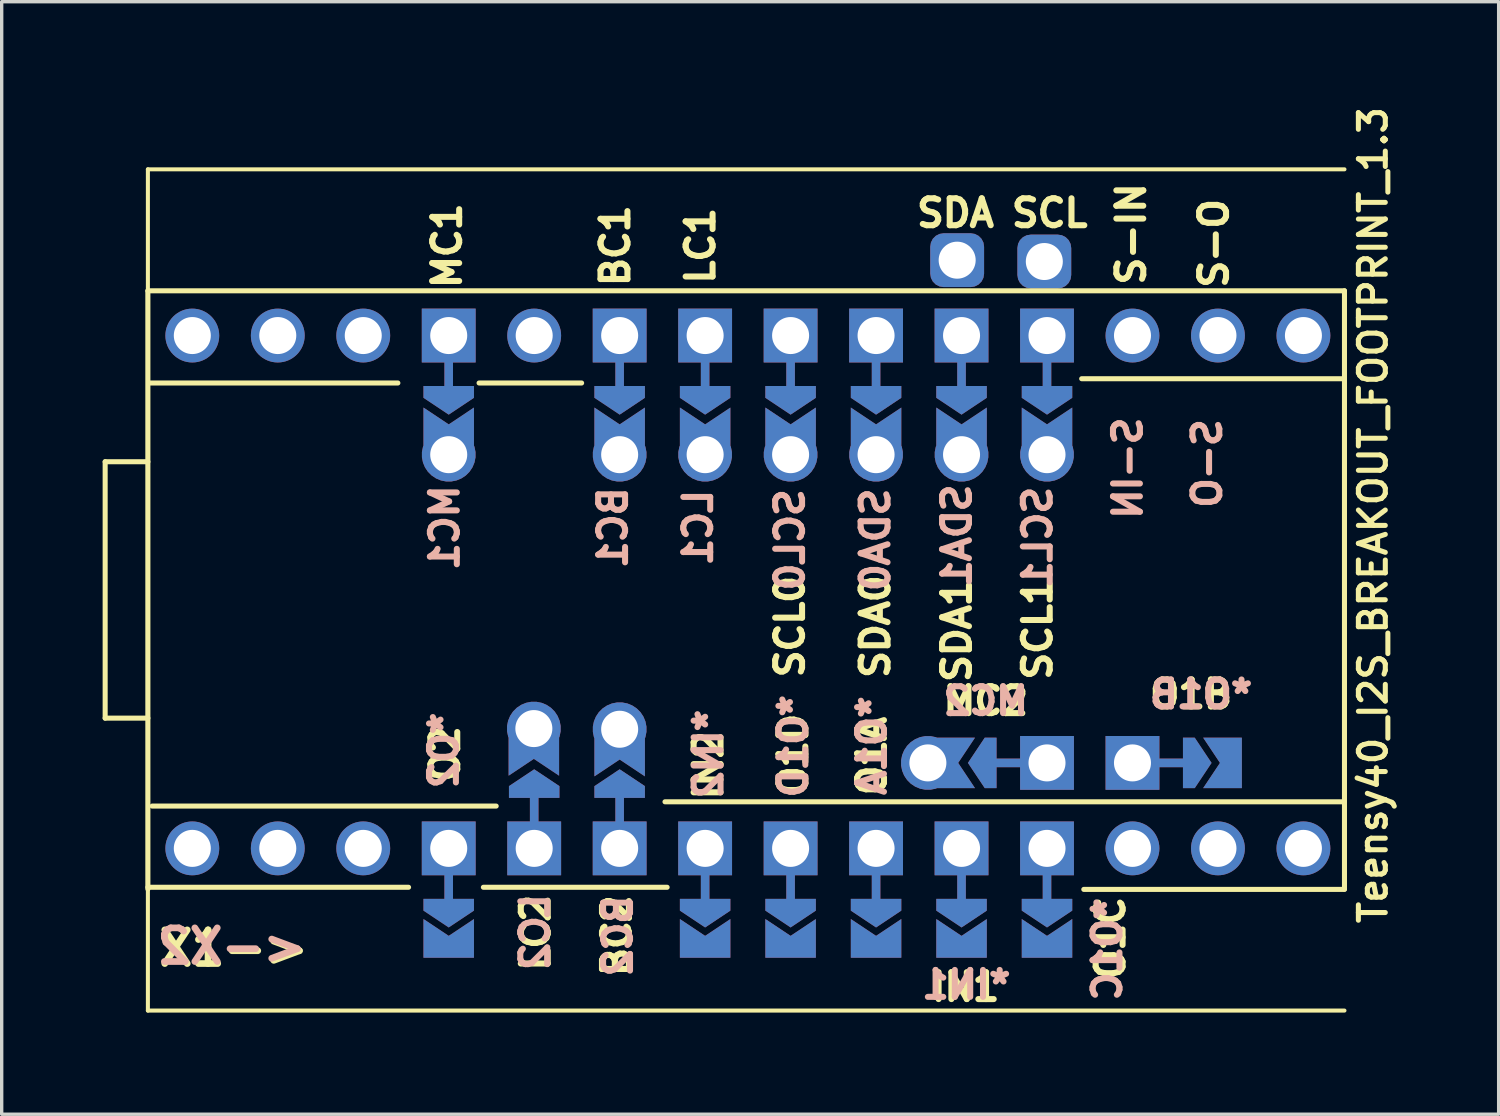
<source format=kicad_pcb>
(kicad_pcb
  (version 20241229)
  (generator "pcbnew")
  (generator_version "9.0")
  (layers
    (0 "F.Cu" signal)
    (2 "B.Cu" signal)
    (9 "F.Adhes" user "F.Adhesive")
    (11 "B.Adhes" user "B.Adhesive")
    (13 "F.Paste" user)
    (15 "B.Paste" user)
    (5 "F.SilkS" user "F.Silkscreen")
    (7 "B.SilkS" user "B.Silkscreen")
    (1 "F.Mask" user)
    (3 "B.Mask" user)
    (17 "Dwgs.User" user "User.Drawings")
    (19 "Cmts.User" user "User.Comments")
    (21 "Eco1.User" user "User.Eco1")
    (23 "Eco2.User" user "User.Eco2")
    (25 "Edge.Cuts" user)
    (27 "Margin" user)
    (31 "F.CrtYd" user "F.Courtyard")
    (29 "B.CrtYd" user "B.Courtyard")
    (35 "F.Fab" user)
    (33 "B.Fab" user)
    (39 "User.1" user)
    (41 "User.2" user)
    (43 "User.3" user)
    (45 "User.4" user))
  (footprint "Teensy40_I2S_BREAKOUT_FOOTPRINT_1.3"
    (layer "F.Cu")
    (at 1.345 1.982)
    (property "Reference" "Teensy40_I2S_BREAKOUT_FOOTPRINT_1.3" (at 36.411 10.277 270) (layer "F.SilkS") (effects (font (size 0.8 0.8) (thickness 0.15))))
    (attr through_hole)
    (fp_poly (pts (xy 8.255 6.54) (xy 9.652 6.604) (xy 9.652 7.62) (xy 8.255 7.556)) (stroke (width 0.1) (type solid)) (fill yes) (layer "F.Mask"))
    (fp_poly (pts (xy 9.629 23.33) (xy 8.232 23.33) (xy 8.232 21.86) (xy 9.629 21.86)) (stroke (width 0.1) (type solid)) (fill yes) (layer "F.Mask"))
    (fp_poly (pts (xy 10.763 17.13) (xy 12.16 17.193) (xy 12.16 18.59) (xy 10.763 18.526)) (stroke (width 0.1) (type solid)) (fill yes) (layer "F.Mask"))
    (fp_poly (pts (xy 13.323 6.506) (xy 14.72 6.57) (xy 14.72 7.967) (xy 13.323 7.904)) (stroke (width 0.1) (type solid)) (fill yes) (layer "F.Mask"))
    (fp_poly (pts (xy 13.323 17.189) (xy 14.72 17.253) (xy 14.72 18.65) (xy 13.323 18.587)) (stroke (width 0.1) (type solid)) (fill yes) (layer "F.Mask"))
    (fp_poly (pts (xy 15.87 6.53) (xy 17.267 6.593) (xy 17.267 7.99) (xy 15.87 7.927)) (stroke (width 0.1) (type solid)) (fill yes) (layer "F.Mask"))
    (fp_poly (pts (xy 17.268 23.35) (xy 15.871 23.35) (xy 15.882 21.76) (xy 17.279 21.76)) (stroke (width 0.1) (type solid)) (fill yes) (layer "F.Mask"))
    (fp_poly (pts (xy 18.403 6.516) (xy 19.8 6.58) (xy 19.8 7.977) (xy 18.403 7.913)) (stroke (width 0.1) (type solid)) (fill yes) (layer "F.Mask"))
    (fp_poly (pts (xy 19.819 23.32) (xy 18.422 23.32) (xy 18.422 21.75) (xy 19.819 21.75)) (stroke (width 0.1) (type solid)) (fill yes) (layer "F.Mask"))
    (fp_poly (pts (xy 20.933 6.506) (xy 22.33 6.57) (xy 22.33 7.967) (xy 20.933 7.904)) (stroke (width 0.1) (type solid)) (fill yes) (layer "F.Mask"))
    (fp_poly (pts (xy 22.338 23.34) (xy 20.942 23.34) (xy 20.962 21.76) (xy 22.358 21.76)) (stroke (width 0.1) (type solid)) (fill yes) (layer "F.Mask"))
    (fp_poly (pts (xy 23.48 6.5) (xy 24.877 6.564) (xy 24.877 7.96) (xy 23.48 7.897)) (stroke (width 0.1) (type solid)) (fill yes) (layer "F.Mask"))
    (fp_poly (pts (xy 24.869 23.37) (xy 23.471 23.37) (xy 23.491 21.73) (xy 24.889 21.73)) (stroke (width 0.1) (type solid)) (fill yes) (layer "F.Mask"))
    (fp_poly (pts (xy 25.2 16.95) (xy 25.137 18.347) (xy 23.739 18.347) (xy 23.803 16.95)) (stroke (width 0.1) (type solid)) (fill yes) (layer "F.Mask"))
    (fp_poly (pts (xy 26.02 6.5) (xy 27.417 6.564) (xy 27.417 7.96) (xy 26.02 7.897)) (stroke (width 0.1) (type solid)) (fill yes) (layer "F.Mask"))
    (fp_poly (pts (xy 27.396 23.332) (xy 25.999 23.332) (xy 25.999 21.76) (xy 27.396 21.76)) (stroke (width 0.1) (type solid)) (fill yes) (layer "F.Mask"))
    (fp_poly (pts (xy 32.31 16.963) (xy 32.247 18.36) (xy 30.85 18.36) (xy 30.913 16.963)) (stroke (width 0.1) (type solid)) (fill yes) (layer "F.Mask"))
    (fp_poly (pts (xy 8.319 6.54) (xy 9.652 6.54) (xy 9.652 7.62) (xy 8.255 7.556)) (stroke (width 0.1) (type solid)) (fill yes) (layer "B.Mask"))
    (fp_poly (pts (xy 9.629 23.32) (xy 8.232 23.32) (xy 8.222 21.74) (xy 9.618 21.74)) (stroke (width 0.1) (type solid)) (fill yes) (layer "B.Mask"))
    (fp_poly (pts (xy 10.803 17.14) (xy 12.2 17.203) (xy 12.2 18.6) (xy 10.803 18.537)) (stroke (width 0.1) (type solid)) (fill yes) (layer "B.Mask"))
    (fp_poly (pts (xy 13.32 6.49) (xy 14.717 6.553) (xy 14.717 7.95) (xy 13.32 7.887)) (stroke (width 0.1) (type solid)) (fill yes) (layer "B.Mask"))
    (fp_poly (pts (xy 13.333 17.14) (xy 14.73 17.203) (xy 14.73 18.6) (xy 13.333 18.537)) (stroke (width 0.1) (type solid)) (fill yes) (layer "B.Mask"))
    (fp_poly (pts (xy 15.87 6.49) (xy 17.267 6.553) (xy 17.267 7.95) (xy 15.87 7.887)) (stroke (width 0.1) (type solid)) (fill yes) (layer "B.Mask"))
    (fp_poly (pts (xy 17.259 23.37) (xy 15.861 23.37) (xy 15.871 21.75) (xy 17.268 21.75)) (stroke (width 0.1) (type solid)) (fill yes) (layer "B.Mask"))
    (fp_poly (pts (xy 18.403 6.476) (xy 19.8 6.54) (xy 19.8 7.937) (xy 18.403 7.873)) (stroke (width 0.1) (type solid)) (fill yes) (layer "B.Mask"))
    (fp_poly (pts (xy 19.799 23.33) (xy 18.401 23.33) (xy 18.381 21.73) (xy 19.779 21.73)) (stroke (width 0.1) (type solid)) (fill yes) (layer "B.Mask"))
    (fp_poly (pts (xy 20.953 6.506) (xy 22.35 6.57) (xy 22.35 7.967) (xy 20.953 7.904)) (stroke (width 0.1) (type solid)) (fill yes) (layer "B.Mask"))
    (fp_poly (pts (xy 22.338 23.34) (xy 20.942 23.34) (xy 20.962 21.74) (xy 22.358 21.74)) (stroke (width 0.1) (type solid)) (fill yes) (layer "B.Mask"))
    (fp_poly (pts (xy 23.49 6.48) (xy 24.887 6.543) (xy 24.887 7.941) (xy 23.49 7.877)) (stroke (width 0.1) (type solid)) (fill yes) (layer "B.Mask"))
    (fp_poly (pts (xy 24.869 23.35) (xy 23.471 23.35) (xy 23.491 21.73) (xy 24.889 21.73)) (stroke (width 0.1) (type solid)) (fill yes) (layer "B.Mask"))
    (fp_poly (pts (xy 25.14 16.95) (xy 25.076 18.347) (xy 23.68 18.347) (xy 23.743 16.95)) (stroke (width 0.1) (type solid)) (fill yes) (layer "B.Mask"))
    (fp_poly (pts (xy 26.01 6.5) (xy 27.407 6.564) (xy 27.407 7.96) (xy 26.01 7.897)) (stroke (width 0.1) (type solid)) (fill yes) (layer "B.Mask"))
    (fp_poly (pts (xy 27.419 23.32) (xy 26.021 23.32) (xy 26.021 21.74) (xy 27.419 21.74)) (stroke (width 0.1) (type solid)) (fill yes) (layer "B.Mask"))
    (fp_poly (pts (xy 32.367 16.94) (xy 32.303 18.337) (xy 30.907 18.337) (xy 30.97 16.94)) (stroke (width 0.1) (type solid)) (fill yes) (layer "B.Mask"))
    (fp_line (start -1.27 8.69) (end 0 8.69) (stroke (width 0.15) (type solid)) (layer "F.SilkS"))
    (fp_line (start -1.27 16.31) (end -1.27 8.69) (stroke (width 0.15) (type solid)) (layer "F.SilkS"))
    (fp_line (start 0 0) (end 0 25) (stroke (width 0.12) (type solid)) (layer "F.SilkS"))
    (fp_line (start 0 0) (end 35.56 0) (stroke (width 0.12) (type solid)) (layer "F.SilkS"))
    (fp_line (start 0 3.61) (end 0 21.39) (stroke (width 0.15) (type solid)) (layer "F.SilkS"))
    (fp_line (start 0 16.31) (end -1.27 16.31) (stroke (width 0.15) (type solid)) (layer "F.SilkS"))
    (fp_line (start 0 21.336) (end 7.747 21.336) (stroke (width 0.15) (type solid)) (layer "F.SilkS"))
    (fp_line (start 0 25) (end 35.56 25) (stroke (width 0.12) (type solid)) (layer "F.SilkS"))
    (fp_line (start 0.064 6.35) (end 7.429 6.35) (stroke (width 0.15) (type solid)) (layer "F.SilkS"))
    (fp_line (start 0.127 18.923) (end 10.351 18.923) (stroke (width 0.15) (type solid)) (layer "F.SilkS"))
    (fp_line (start 9.842 6.35) (end 12.89 6.35) (stroke (width 0.15) (type solid)) (layer "F.SilkS"))
    (fp_line (start 9.97 21.336) (end 15.431 21.336) (stroke (width 0.15) (type solid)) (layer "F.SilkS"))
    (fp_line (start 15.367 18.796) (end 35.56 18.796) (stroke (width 0.15) (type solid)) (layer "F.SilkS"))
    (fp_line (start 27.75 6.223) (end 35.56 6.223) (stroke (width 0.15) (type solid)) (layer "F.SilkS"))
    (fp_line (start 27.813 21.399) (end 35.56 21.399) (stroke (width 0.15) (type solid)) (layer "F.SilkS"))
    (fp_line (start 35.56 3.61) (end 0 3.61) (stroke (width 0.15) (type solid)) (layer "F.SilkS"))
    (fp_line (start 35.56 21.39) (end 35.56 3.61) (stroke (width 0.15) (type solid)) (layer "F.SilkS"))
    (fp_text user "IN1" (at 24.298 24.298 180) (layer "F.SilkS") (effects (font (size 0.8 0.8) (thickness 0.18))))
    (fp_text user "S-IN" (at 29.22 1.92 90) (layer "F.SilkS") (effects (font (size 0.8 0.8) (thickness 0.18))))
    (fp_text user "O2" (at 8.833 17.37 90) (layer "F.SilkS") (effects (font (size 0.8 0.8) (thickness 0.18))))
    (fp_text user "O1C" (at 28.605 22.84 90) (layer "F.SilkS") (effects (font (size 0.8 0.8) (thickness 0.18))))
    (fp_text user "X1->" (at 2.55 23.15 0) (layer "F.SilkS") (effects (font (size 1 1) (thickness 0.2))))
    (fp_text user "LC2" (at 11.521 22.687 90) (layer "F.SilkS") (effects (font (size 0.8 0.8) (thickness 0.18))))
    (fp_text user "IN2" (at 16.657 17.714 90) (layer "F.SilkS") (effects (font (size 0.8 0.8) (thickness 0.18))))
    (fp_text user "BC2" (at 13.934 22.774 90) (layer "F.SilkS") (effects (font (size 0.8 0.8) (thickness 0.18))))
    (fp_text user "LC1" (at 16.42 2.27 90) (layer "F.SilkS") (effects (font (size 0.8 0.8) (thickness 0.18))))
    (fp_text user "SCL0" (at 19.08 13.59 90) (layer "F.SilkS") (effects (font (size 0.8 0.8) (thickness 0.18))))
    (fp_text user "SDA1" (at 24.04 13.71 90) (layer "F.SilkS") (effects (font (size 0.8 0.8) (thickness 0.18))))
    (fp_text user "SCL1" (at 26.44 13.66 90) (layer "F.SilkS") (effects (font (size 0.8 0.8) (thickness 0.18))))
    (fp_text user "BC1" (at 13.89 2.27 90) (layer "F.SilkS") (effects (font (size 0.8 0.8) (thickness 0.18))))
    (fp_text user "S-O" (at 31.68 2.2 90) (layer "F.SilkS") (effects (font (size 0.8 0.8) (thickness 0.18))))
    (fp_text user "MC2" (at 24.9 15.8 0) (layer "F.SilkS") (effects (font (size 0.8 0.8) (thickness 0.18))))
    (fp_text user "SDA0" (at 21.62 13.59 90) (layer "F.SilkS") (effects (font (size 0.8 0.8) (thickness 0.18))))
    (fp_text user "O1B" (at 31 15.6 0) (layer "F.SilkS") (effects (font (size 0.8 0.8) (thickness 0.18))))
    (fp_text user "O1D" (at 19.177 17.399 90) (layer "F.SilkS") (effects (font (size 0.8 0.8) (thickness 0.18))))
    (fp_text user "MC1" (at 8.89 2.27 90) (layer "F.SilkS") (effects (font (size 0.8 0.8) (thickness 0.18))))
    (fp_text user "O1A" (at 21.514 17.435 90) (layer "F.SilkS") (effects (font (size 0.8 0.8) (thickness 0.18))))
    (fp_text user "SDA" (at 24 1.3 0) (layer "F.SilkS") (effects (font (size 0.8 0.8) (thickness 0.18))))
    (fp_text user "SCL" (at 26.8 1.3 0) (layer "F.SilkS") (effects (font (size 0.8 0.8) (thickness 0.18))))
    (fp_text user "<-X2" (at 2.49 23.09 0) (layer "B.SilkS") (effects (font (size 1 1) (thickness 0.2)) (justify mirror)))
    (fp_text user "MC2" (at 24.9 15.8 0) (unlocked yes) (layer "B.SilkS") (effects (font (size 0.8 0.8) (thickness 0.18)) (justify mirror)))
    (fp_text user "*O1C" (at 28.512 23.177 90) (layer "B.SilkS") (effects (font (size 0.8 0.8) (thickness 0.18)) (justify mirror)))
    (fp_text user "MC1" (at 8.82 10.65 90) (layer "B.SilkS") (effects (font (size 0.8 0.8) (thickness 0.18)) (justify mirror)))
    (fp_text user "BC1" (at 13.82 10.65 90) (layer "B.SilkS") (effects (font (size 0.8 0.8) (thickness 0.18)) (justify mirror)))
    (fp_text user "SCL0" (at 19.08 11.01 90) (layer "B.SilkS") (effects (font (size 0.8 0.8) (thickness 0.18)) (justify mirror)))
    (fp_text user "BC2" (at 13.967 22.784 90) (layer "B.SilkS") (effects (font (size 0.8 0.8) (thickness 0.18)) (justify mirror)))
    (fp_text user "SDA0" (at 21.62 11.01 90) (layer "B.SilkS") (effects (font (size 0.8 0.8) (thickness 0.18)) (justify mirror)))
    (fp_text user "*IN2" (at 16.657 17.374 90) (unlocked yes) (layer "B.SilkS") (effects (font (size 0.8 0.8) (thickness 0.18)) (justify mirror)))
    (fp_text user "SCL1" (at 26.44 10.94 90) (layer "B.SilkS") (effects (font (size 0.8 0.8) (thickness 0.18)) (justify mirror)))
    (fp_text user "S-IN" (at 29.12 8.88 90) (layer "B.SilkS") (effects (font (size 0.8 0.8) (thickness 0.18)) (justify mirror)))
    (fp_text user "LC1" (at 16.35 10.65 90) (layer "B.SilkS") (effects (font (size 0.8 0.8) (thickness 0.18)) (justify mirror)))
    (fp_text user "LC2" (at 11.506 22.667 90) (layer "B.SilkS") (effects (font (size 0.8 0.8) (thickness 0.18)) (justify mirror)))
    (fp_text user "S-O" (at 31.48 8.74 90) (layer "B.SilkS") (effects (font (size 0.8 0.8) (thickness 0.18)) (justify mirror)))
    (fp_text user "*O2" (at 8.793 17.268 90) (layer "B.SilkS") (effects (font (size 0.8 0.8) (thickness 0.18)) (justify mirror)))
    (fp_text user "*O1D" (at 19.177 17.145 90) (layer "B.SilkS") (effects (font (size 0.8 0.8) (thickness 0.18)) (justify mirror)))
    (fp_text user "*O1A" (at 21.514 17.125 90) (layer "B.SilkS") (effects (font (size 0.8 0.8) (thickness 0.18)) (justify mirror)))
    (fp_text user "SDA1" (at 24.04 10.89 90) (layer "B.SilkS") (effects (font (size 0.8 0.8) (thickness 0.18)) (justify mirror)))
    (fp_text user "*O1B" (at 31.3 15.6 0) (unlocked yes) (layer "B.SilkS") (effects (font (size 0.8 0.8) (thickness 0.18)) (justify mirror)))
    (fp_text user "*IN1" (at 24.323 24.232 0) (unlocked yes) (layer "B.SilkS") (effects (font (size 0.8 0.8) (thickness 0.18)) (justify mirror)))
    (pad "1" thru_hole circle (at 1.32 20.18) (size 1.6 1.6) (drill 1.1) (layers "*.Cu" "*.Mask"))
    (pad "2" thru_hole circle (at 3.86 20.18) (size 1.6 1.6) (drill 1.1) (layers "*.Cu" "*.Mask"))
    (pad "3" thru_hole circle (at 6.4 20.18 90) (size 1.6 1.6) (drill 1.1) (layers "*.Cu" "*.Mask"))
    (pad "4" thru_hole custom (at 8.94 20.18 90) (size 1.6 1.6) (drill 1.1) (layers "*.Cu" "*.Mask") (options (anchor rect)) (primitives (gr_poly (pts (xy -1.85 -0.75) (xy -1.5 -0.75) (xy -1.5 0.75) (xy -1.85 0.75) (xy -2.35 0)) (width 0) (fill yes)) (gr_line (start 0 0) (end -2 0) (width 0.254))))
    (pad "5" thru_hole custom (at 11.48 20.18 270) (size 1.6 1.6) (drill 1.1) (layers "*.Cu" "*.Mask") (options (anchor rect)) (primitives (gr_poly (pts (xy -1.85 -0.75) (xy -1.5 -0.75) (xy -1.5 0.75) (xy -1.85 0.75) (xy -2.35 0)) (width 0) (fill yes)) (gr_line (start 0 0) (end -2 0) (width 0.254))))
    (pad "6" thru_hole custom (at 14.02 20.18 270) (size 1.6 1.6) (drill 1.1) (layers "*.Cu" "*.Mask") (options (anchor rect)) (primitives (gr_poly (pts (xy -1.85 -0.75) (xy -1.5 -0.75) (xy -1.5 0.75) (xy -1.85 0.75) (xy -2.35 0)) (width 0) (fill yes)) (gr_line (start 0 0) (end -2 0) (width 0.254))))
    (pad "7" thru_hole custom (at 16.56 20.18 90) (size 1.6 1.6) (drill 1.1) (layers "*.Cu" "*.Mask") (options (anchor rect)) (primitives (gr_poly (pts (xy -1.85 -0.75) (xy -1.5 -0.75) (xy -1.5 0.75) (xy -1.85 0.75) (xy -2.35 0)) (width 0) (fill yes)) (gr_line (start 0 0) (end -2 0) (width 0.254))))
    (pad "8" thru_hole custom (at 19.1 20.18 90) (size 1.6 1.6) (drill 1.1) (layers "*.Cu" "*.Mask") (options (anchor rect)) (primitives (gr_poly (pts (xy -1.85 -0.75) (xy -1.5 -0.75) (xy -1.5 0.75) (xy -1.85 0.75) (xy -2.35 0)) (width 0) (fill yes)) (gr_line (start 0 0) (end -2 0) (width 0.254))))
    (pad "9" thru_hole custom (at 21.64 20.18 90) (size 1.6 1.6) (drill 1.1) (layers "*.Cu" "*.Mask") (options (anchor rect)) (primitives (gr_poly (pts (xy -1.85 -0.75) (xy -1.5 -0.75) (xy -1.5 0.75) (xy -1.85 0.75) (xy -2.35 0)) (width 0) (fill yes)) (gr_line (start 0 0) (end -2 0) (width 0.254))))
    (pad "10" thru_hole custom (at 24.18 20.18 90) (size 1.6 1.6) (drill 1.1) (layers "*.Cu" "*.Mask") (options (anchor rect)) (primitives (gr_poly (pts (xy -1.85 -0.75) (xy -1.5 -0.75) (xy -1.5 0.75) (xy -1.85 0.75) (xy -2.35 0)) (width 0) (fill yes)) (gr_line (start 0 0) (end -2 0) (width 0.254))))
    (pad "11" thru_hole custom (at 26.72 20.18 90) (size 1.6 1.6) (drill 1.1) (layers "*.Cu" "*.Mask") (options (anchor rect)) (primitives (gr_poly (pts (xy -1.85 -0.75) (xy -1.5 -0.75) (xy -1.5 0.75) (xy -1.85 0.75) (xy -2.35 0)) (width 0) (fill yes)) (gr_line (start 0 0) (end -2 0) (width 0.254))))
    (pad "12" thru_hole circle (at 29.26 20.18) (size 1.6 1.6) (drill 1.1) (layers "*.Cu" "*.Mask"))
    (pad "13" thru_hole circle (at 31.8 20.18) (size 1.6 1.6) (drill 1.1) (layers "*.Cu" "*.Mask"))
    (pad "14" thru_hole circle (at 34.34 20.18) (size 1.6 1.6) (drill 1.1) (layers "*.Cu" "*.Mask"))
    (pad "20" thru_hole circle (at 34.34 4.94) (size 1.6 1.6) (drill 1.1) (layers "*.Cu" "*.Mask"))
    (pad "21" thru_hole circle (at 31.8 4.94) (size 1.6 1.6) (drill 1.1) (layers "*.Cu" "*.Mask"))
    (pad "22" thru_hole circle (at 29.26 4.94) (size 1.6 1.6) (drill 1.1) (layers "*.Cu" "*.Mask"))
    (pad "23" thru_hole custom (at 26.72 4.94 90) (size 1.6 1.6) (drill 1.1) (layers "*.Cu" "*.Mask") (options (anchor rect)) (primitives (gr_poly (pts (xy -1.85 -0.75) (xy -1.5 -0.75) (xy -1.5 0.75) (xy -1.85 0.75) (xy -2.35 0)) (width 0) (fill yes)) (gr_line (start 0 0) (end -2 0) (width 0.254))))
    (pad "24" thru_hole custom (at 24.18 4.94 90) (size 1.6 1.6) (drill 1.1) (layers "*.Cu" "*.Mask") (options (anchor rect)) (primitives (gr_poly (pts (xy -1.85 -0.75) (xy -1.5 -0.75) (xy -1.5 0.75) (xy -1.85 0.75) (xy -2.35 0)) (width 0) (fill yes)) (gr_line (start 0 0) (end -2 0) (width 0.254))))
    (pad "25" thru_hole custom (at 21.64 4.94 90) (size 1.6 1.6) (drill 1.1) (layers "*.Cu" "*.Mask") (options (anchor rect)) (primitives (gr_poly (pts (xy -1.85 -0.75) (xy -1.5 -0.75) (xy -1.5 0.75) (xy -1.85 0.75) (xy -2.35 0)) (width 0) (fill yes)) (gr_line (start 0 0) (end -2 0) (width 0.254))))
    (pad "26" thru_hole custom (at 19.1 4.94 90) (size 1.6 1.6) (drill 1.1) (layers "*.Cu" "*.Mask") (options (anchor rect)) (primitives (gr_poly (pts (xy -1.85 -0.75) (xy -1.5 -0.75) (xy -1.5 0.75) (xy -1.85 0.75) (xy -2.35 0)) (width 0) (fill yes)) (gr_line (start 0 0) (end -2 0) (width 0.254))))
    (pad "27" thru_hole custom (at 16.56 4.94 90) (size 1.6 1.6) (drill 1.1) (layers "*.Cu" "*.Mask") (options (anchor rect)) (primitives (gr_poly (pts (xy -1.85 -0.75) (xy -1.5 -0.75) (xy -1.5 0.75) (xy -1.85 0.75) (xy -2.35 0)) (width 0) (fill yes)) (gr_line (start 0 0) (end -2 0) (width 0.254))))
    (pad "28" thru_hole custom (at 14.02 4.94 90) (size 1.6 1.6) (drill 1.1) (layers "*.Cu" "*.Mask") (options (anchor rect)) (primitives (gr_poly (pts (xy -1.85 -0.75) (xy -1.5 -0.75) (xy -1.5 0.75) (xy -1.85 0.75) (xy -2.35 0)) (width 0) (fill yes)) (gr_line (start 0 0) (end -2 0) (width 0.254))))
    (pad "29" thru_hole circle (at 11.48 4.94) (size 1.6 1.6) (drill 1.1) (layers "*.Cu" "*.Mask"))
    (pad "30" thru_hole custom (at 8.94 4.94 90) (size 1.6 1.6) (drill 1.1) (layers "*.Cu" "*.Mask") (options (anchor rect)) (primitives (gr_poly (pts (xy -1.85 -0.75) (xy -1.5 -0.75) (xy -1.5 0.75) (xy -1.85 0.75) (xy -2.35 0)) (width 0) (fill yes)) (gr_line (start 0 0) (end -2 0) (width 0.254))))
    (pad "31" thru_hole circle (at 6.4 4.94) (size 1.6 1.6) (drill 1.1) (layers "*.Cu" "*.Mask"))
    (pad "32" thru_hole circle (at 3.86 4.94) (size 1.6 1.6) (drill 1.1) (layers "*.Cu" "*.Mask"))
    (pad "33" thru_hole circle (at 1.32 4.94) (size 1.6 1.6) (drill 1.1) (layers "*.Cu" "*.Mask"))
    (pad "43" thru_hole custom (at 29.26 17.64 180) (size 1.6 1.6) (drill 1.1) (layers "*.Cu" "*.Mask") (options (anchor rect)) (primitives (gr_poly (pts (xy -1.85 -0.75) (xy -1.5 -0.75) (xy -1.5 0.75) (xy -1.85 0.75) (xy -2.35 0)) (width 0) (fill yes)) (gr_line (start 0 0) (end -2 0) (width 0.254))))
    (pad "44" thru_hole custom (at 26.72 17.64) (size 1.6 1.6) (drill 1.1) (layers "*.Cu" "*.Mask") (options (anchor rect)) (primitives (gr_poly (pts (xy -1.85 -0.75) (xy -1.5 -0.75) (xy -1.5 0.75) (xy -1.85 0.75) (xy -2.35 0)) (width 0) (fill yes)) (gr_line (start 0 0) (end -2 0) (width 0.254))))
    (pad "C1" thru_hole custom (at 21.64 8.48 270) (size 1.6 1.6) (drill 1.1) (layers "*.Cu" "*.Mask") (options (anchor circle)) (primitives (gr_poly (pts (xy -1.4 -0.75) (xy 0 -0.75) (xy 0 0.75) (xy -1.4 0.75) (xy -0.9 0)) (width 0) (fill yes))))
    (pad "C1" thru_hole roundrect (at 24.05 2.7) (size 1.6 1.6) (drill 1.1) (layers "*.Cu" "*.Mask") (roundrect_rratio 0.25))
    (pad "C1" thru_hole custom (at 24.18 8.48 270) (size 1.6 1.6) (drill 1.1) (layers "*.Cu" "*.Mask") (options (anchor circle)) (primitives (gr_poly (pts (xy -1.4 -0.75) (xy 0 -0.75) (xy 0 0.75) (xy -1.4 0.75) (xy -0.9 0)) (width 0) (fill yes))))
    (pad "C2" thru_hole custom (at 19.1 8.48 270) (size 1.6 1.6) (drill 1.1) (layers "*.Cu" "*.Mask") (options (anchor circle)) (primitives (gr_poly (pts (xy -1.4 -0.75) (xy 0 -0.75) (xy 0 0.75) (xy -1.4 0.75) (xy -0.9 0)) (width 0) (fill yes))))
    (pad "C2" thru_hole roundrect (at 26.64 2.74) (size 1.6 1.6) (drill 1.1) (layers "*.Cu" "*.Mask") (roundrect_rratio 0.25))
    (pad "C2" thru_hole custom (at 26.72 8.48 270) (size 1.6 1.6) (drill 1.1) (layers "*.Cu" "*.Mask") (options (anchor circle)) (primitives (gr_poly (pts (xy -1.4 -0.75) (xy 0 -0.75) (xy 0 0.75) (xy -1.4 0.75) (xy -0.9 0)) (width 0) (fill yes))))
    (pad "S1" thru_hole custom (at 8.94 8.48 270) (size 1.6 1.6) (drill 1.1) (layers "*.Cu" "*.Mask") (options (anchor circle)) (primitives (gr_poly (pts (xy -1.4 -0.75) (xy 0 -0.75) (xy 0 0.75) (xy -1.4 0.75) (xy -0.9 0)) (width 0) (fill yes))))
    (pad "S1" thru_hole custom (at 23.18 17.64 180) (size 1.6 1.6) (drill 1.1) (layers "*.Cu" "*.Mask") (options (anchor circle)) (primitives (gr_poly (pts (xy -1.4 -0.75) (xy 0 -0.75) (xy 0 0.75) (xy -1.4 0.75) (xy -0.9 0)) (width 0) (fill yes))))
    (pad "S2" thru_hole custom (at 11.47 16.62 90) (size 1.6 1.6) (drill 1.1) (layers "*.Cu" "*.Mask") (options (anchor circle)) (primitives (gr_poly (pts (xy -1.4 -0.75) (xy 0 -0.75) (xy 0 0.75) (xy -1.4 0.75) (xy -0.9 0)) (width 0) (fill yes))))
    (pad "S2" thru_hole custom (at 16.56 8.48 270) (size 1.6 1.6) (drill 1.1) (layers "*.Cu" "*.Mask") (options (anchor circle)) (primitives (gr_poly (pts (xy -1.4 -0.75) (xy 0 -0.75) (xy 0 0.75) (xy -1.4 0.75) (xy -0.9 0)) (width 0) (fill yes))))
    (pad "S3" thru_hole custom (at 14.02 8.48 270) (size 1.6 1.6) (drill 1.1) (layers "*.Cu" "*.Mask") (options (anchor circle)) (primitives (gr_poly (pts (xy -1.4 -0.75) (xy 0 -0.75) (xy 0 0.75) (xy -1.4 0.75) (xy -0.9 0)) (width 0) (fill yes))))
    (pad "S3" thru_hole custom (at 14.02 16.64 90) (size 1.6 1.6) (drill 1.1) (layers "*.Cu" "*.Mask") (options (anchor circle)) (primitives (gr_poly (pts (xy -1.4 -0.75) (xy 0 -0.75) (xy 0 0.75) (xy -1.4 0.75) (xy -0.9 0)) (width 0) (fill yes))))
    (pad "X1" smd custom (at 8.94 23.18 270) (size 0.5 0.5) (layers "F.Cu" "F.Mask") (options (anchor rect)) (primitives (gr_poly (pts (xy -0.9 -0.75) (xy 0.25 -0.75) (xy 0.25 0.75) (xy -0.9 0.75) (xy -0.4 0)) (width 0) (fill yes))))
    (pad "X1" smd custom (at 16.56 23.18 270) (size 0.5 1.5) (layers "F.Cu" "F.Mask") (options (anchor rect)) (primitives (gr_poly (pts (xy -0.9 -0.75) (xy 0.25 -0.75) (xy 0.25 0.75) (xy -0.9 0.75) (xy -0.4 0)) (width 0) (fill yes))))
    (pad "X1" smd custom (at 19.1 23.18 270) (size 0.5 1.5) (layers "F.Cu" "F.Mask") (options (anchor rect)) (primitives (gr_poly (pts (xy -0.9 -0.75) (xy 0.25 -0.75) (xy 0.25 0.75) (xy -0.9 0.75) (xy -0.4 0)) (width 0) (fill yes))))
    (pad "X1" smd custom (at 21.64 23.18 270) (size 0.5 1.5) (layers "F.Cu" "F.Mask") (options (anchor rect)) (primitives (gr_poly (pts (xy -0.9 -0.75) (xy 0.25 -0.75) (xy 0.25 0.75) (xy -0.9 0.75) (xy -0.4 0)) (width 0) (fill yes))))
    (pad "X1" smd custom (at 24.18 23.18 270) (size 0.5 1.5) (layers "F.Cu" "F.Mask") (options (anchor rect)) (primitives (gr_poly (pts (xy -0.9 -0.75) (xy 0.25 -0.75) (xy 0.25 0.75) (xy -0.9 0.75) (xy -0.4 0)) (width 0) (fill yes))))
    (pad "X1" smd custom (at 26.72 23.18 270) (size 0.5 1.5) (layers "F.Cu" "F.Mask") (options (anchor rect)) (primitives (gr_poly (pts (xy -0.9 -0.75) (xy 0.25 -0.75) (xy 0.25 0.75) (xy -0.9 0.75) (xy -0.4 0)) (width 0) (fill yes))))
    (pad "X1" smd custom (at 32.26 17.64) (size 0.5 1.5) (layers "F.Cu" "F.Mask") (options (anchor rect)) (primitives (gr_poly (pts (xy -0.9 -0.75) (xy 0.25 -0.75) (xy 0.25 0.75) (xy -0.9 0.75) (xy -0.4 0)) (width 0) (fill yes))))
    (pad "X2" smd custom (at 8.94 23.18 270) (size 0.5 1.5) (layers "B.Cu" "B.Mask") (options (anchor rect)) (primitives (gr_poly (pts (xy -0.9 -0.75) (xy 0.25 -0.75) (xy 0.25 0.75) (xy -0.9 0.75) (xy -0.4 0)) (width 0) (fill yes))))
    (pad "X2" smd custom (at 16.56 23.18 270) (size 0.5 1.5) (layers "B.Cu" "B.Mask") (options (anchor rect)) (primitives (gr_poly (pts (xy -0.9 -0.75) (xy 0.25 -0.75) (xy 0.25 0.75) (xy -0.9 0.75) (xy -0.4 0)) (width 0) (fill yes))))
    (pad "X2" smd custom (at 19.1 23.18 270) (size 0.5 1.5) (layers "B.Cu" "B.Mask") (options (anchor rect)) (primitives (gr_poly (pts (xy -0.9 -0.75) (xy 0.25 -0.75) (xy 0.25 0.75) (xy -0.9 0.75) (xy -0.4 0)) (width 0) (fill yes))))
    (pad "X2" smd custom (at 21.64 23.18 270) (size 0.5 1.5) (layers "B.Cu" "B.Mask") (options (anchor rect)) (primitives (gr_poly (pts (xy -0.9 -0.75) (xy 0.25 -0.75) (xy 0.25 0.75) (xy -0.9 0.75) (xy -0.4 0)) (width 0) (fill yes))))
    (pad "X2" smd custom (at 24.18 23.18 270) (size 0.5 1.5) (layers "B.Cu" "B.Mask") (options (anchor rect)) (primitives (gr_poly (pts (xy -0.9 -0.75) (xy 0.25 -0.75) (xy 0.25 0.75) (xy -0.9 0.75) (xy -0.4 0)) (width 0) (fill yes))))
    (pad "X2" smd custom (at 26.72 23.18 270) (size 0.5 1.5) (layers "B.Cu" "B.Mask") (options (anchor rect)) (primitives (gr_poly (pts (xy -0.9 -0.75) (xy 0.25 -0.75) (xy 0.25 0.75) (xy -0.9 0.75) (xy -0.4 0)) (width 0) (fill yes))))
    (pad "X2" smd custom (at 32.26 17.64) (size 0.5 1.5) (layers "B.Cu" "B.Mask") (options (anchor rect)) (primitives (gr_poly (pts (xy -0.9 -0.75) (xy 0.25 -0.75) (xy 0.25 0.75) (xy -0.9 0.75) (xy -0.4 0)) (width 0) (fill yes)))))
  (gr_rect
    (start -3 -3)
    (end 41.487 30.063)
    (stroke (width 0.1) (type default))
    (fill no)
    (layer "Edge.Cuts")))
</source>
